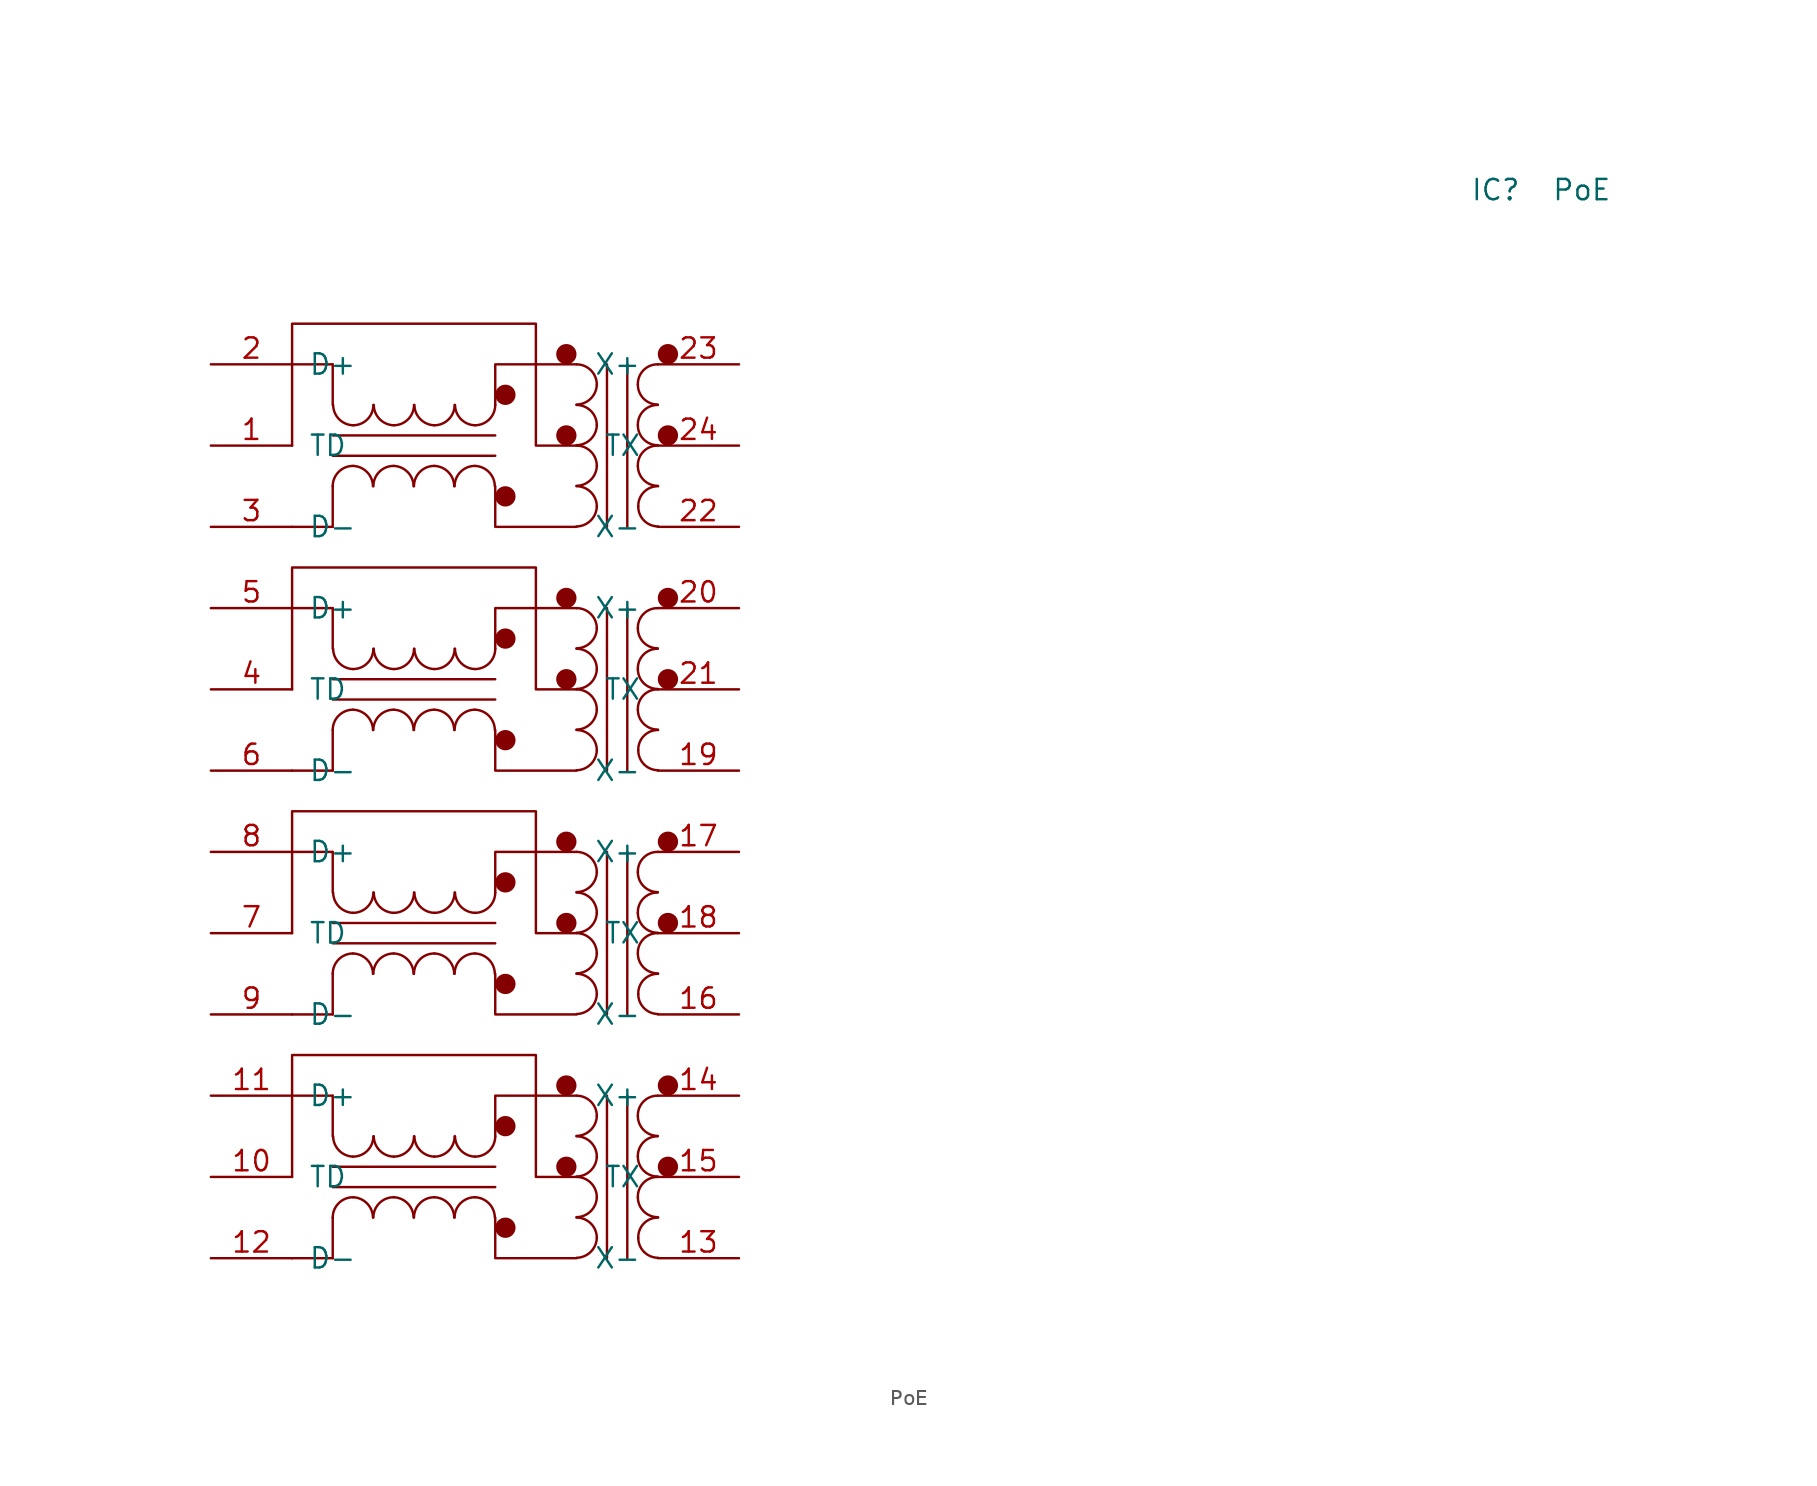
<source format=kicad_sym>
(kicad_symbol_lib
  (version 20220914)
  (generator kicad_symbol_editor)
  (symbol "PoE"
    (pin_names
      (offset 1.016))
    (property "Reference" "IC"
      (at 0 2.54 0)
      (effects (font (size 1.27 1.27)) (justify left bottom)))
    (property "Value" "PoE"
      (at 5.08 2.54 0)
      (effects (font (size 1.27 1.27)) (justify left bottom)))
    (symbol "PoE_1_1"
      (arc (start -71.0946 -55.88) (mid -70.7301 -56.7601) (end -69.85 -57.15) (stroke (width 0) (type solid)) (fill (type none)))
      (arc (start -71.0946 -40.64) (mid -70.7301 -41.5201) (end -69.85 -41.91) (stroke (width 0) (type solid)) (fill (type none)))
      (arc (start -71.0946 -25.4) (mid -70.7301 -26.2801) (end -69.85 -26.67) (stroke (width 0) (type solid)) (fill (type none)))
      (arc (start -71.0946 -10.16) (mid -70.7301 -11.0401) (end -69.85 -11.43) (stroke (width 0) (type solid)) (fill (type none)))
      (arc (start -69.85 -59.69) (mid -70.748 -60.062) (end -71.12 -60.96) (stroke (width 0) (type solid)) (fill (type none)))
      (arc (start -69.85 -57.15) (mid -68.952 -56.778) (end -68.58 -55.88) (stroke (width 0) (type solid)) (fill (type none)))
      (arc (start -69.85 -44.45) (mid -70.748 -44.822) (end -71.12 -45.72) (stroke (width 0) (type solid)) (fill (type none)))
      (arc (start -69.85 -41.91) (mid -68.952 -41.538) (end -68.58 -40.64) (stroke (width 0) (type solid)) (fill (type none)))
      (arc (start -69.85 -29.21) (mid -70.748 -29.582) (end -71.12 -30.48) (stroke (width 0) (type solid)) (fill (type none)))
      (arc (start -69.85 -26.67) (mid -68.952 -26.298) (end -68.58 -25.4) (stroke (width 0) (type solid)) (fill (type none)))
      (arc (start -69.85 -13.97) (mid -70.748 -14.342) (end -71.12 -15.24) (stroke (width 0) (type solid)) (fill (type none)))
      (arc (start -69.85 -11.43) (mid -68.952 -11.058) (end -68.58 -10.16) (stroke (width 0) (type solid)) (fill (type none)))
      (arc (start -68.6054 -60.96) (mid -68.9699 -60.0799) (end -69.85 -59.69) (stroke (width 0) (type solid)) (fill (type none)))
      (arc (start -68.6054 -45.72) (mid -68.9699 -44.8399) (end -69.85 -44.45) (stroke (width 0) (type solid)) (fill (type none)))
      (arc (start -68.6054 -30.48) (mid -68.9699 -29.5999) (end -69.85 -29.21) (stroke (width 0) (type solid)) (fill (type none)))
      (arc (start -68.6054 -15.24) (mid -68.9699 -14.3599) (end -69.85 -13.97) (stroke (width 0) (type solid)) (fill (type none)))
      (arc (start -68.5546 -55.88) (mid -68.1901 -56.7601) (end -67.31 -57.15) (stroke (width 0) (type solid)) (fill (type none)))
      (arc (start -68.5546 -40.64) (mid -68.1901 -41.5201) (end -67.31 -41.91) (stroke (width 0) (type solid)) (fill (type none)))
      (arc (start -68.5546 -25.4) (mid -68.1901 -26.2801) (end -67.31 -26.67) (stroke (width 0) (type solid)) (fill (type none)))
      (arc (start -68.5546 -10.16) (mid -68.1901 -11.0401) (end -67.31 -11.43) (stroke (width 0) (type solid)) (fill (type none)))
      (arc (start -67.31 -59.69) (mid -68.208 -60.062) (end -68.58 -60.96) (stroke (width 0) (type solid)) (fill (type none)))
      (arc (start -67.31 -57.15) (mid -66.412 -56.778) (end -66.04 -55.88) (stroke (width 0) (type solid)) (fill (type none)))
      (arc (start -67.31 -44.45) (mid -68.208 -44.822) (end -68.58 -45.72) (stroke (width 0) (type solid)) (fill (type none)))
      (arc (start -67.31 -41.91) (mid -66.412 -41.538) (end -66.04 -40.64) (stroke (width 0) (type solid)) (fill (type none)))
      (arc (start -67.31 -29.21) (mid -68.208 -29.582) (end -68.58 -30.48) (stroke (width 0) (type solid)) (fill (type none)))
      (arc (start -67.31 -26.67) (mid -66.412 -26.298) (end -66.04 -25.4) (stroke (width 0) (type solid)) (fill (type none)))
      (arc (start -67.31 -13.97) (mid -68.208 -14.342) (end -68.58 -15.24) (stroke (width 0) (type solid)) (fill (type none)))
      (arc (start -67.31 -11.43) (mid -66.412 -11.058) (end -66.04 -10.16) (stroke (width 0) (type solid)) (fill (type none)))
      (arc (start -66.0654 -60.96) (mid -66.4299 -60.0799) (end -67.31 -59.69) (stroke (width 0) (type solid)) (fill (type none)))
      (arc (start -66.0654 -45.72) (mid -66.4299 -44.8399) (end -67.31 -44.45) (stroke (width 0) (type solid)) (fill (type none)))
      (arc (start -66.0654 -30.48) (mid -66.4299 -29.5999) (end -67.31 -29.21) (stroke (width 0) (type solid)) (fill (type none)))
      (arc (start -66.0654 -15.24) (mid -66.4299 -14.3599) (end -67.31 -13.97) (stroke (width 0) (type solid)) (fill (type none)))
      (arc (start -66.0146 -55.88) (mid -65.6501 -56.7601) (end -64.77 -57.15) (stroke (width 0) (type solid)) (fill (type none)))
      (arc (start -66.0146 -40.64) (mid -65.6501 -41.5201) (end -64.77 -41.91) (stroke (width 0) (type solid)) (fill (type none)))
      (arc (start -66.0146 -25.4) (mid -65.6501 -26.2801) (end -64.77 -26.67) (stroke (width 0) (type solid)) (fill (type none)))
      (arc (start -66.0146 -10.16) (mid -65.6501 -11.0401) (end -64.77 -11.43) (stroke (width 0) (type solid)) (fill (type none)))
      (arc (start -64.77 -59.69) (mid -65.668 -60.062) (end -66.04 -60.96) (stroke (width 0) (type solid)) (fill (type none)))
      (arc (start -64.77 -57.15) (mid -63.872 -56.778) (end -63.5 -55.88) (stroke (width 0) (type solid)) (fill (type none)))
      (arc (start -64.77 -44.45) (mid -65.668 -44.822) (end -66.04 -45.72) (stroke (width 0) (type solid)) (fill (type none)))
      (arc (start -64.77 -41.91) (mid -63.872 -41.538) (end -63.5 -40.64) (stroke (width 0) (type solid)) (fill (type none)))
      (arc (start -64.77 -29.21) (mid -65.668 -29.582) (end -66.04 -30.48) (stroke (width 0) (type solid)) (fill (type none)))
      (arc (start -64.77 -26.67) (mid -63.872 -26.298) (end -63.5 -25.4) (stroke (width 0) (type solid)) (fill (type none)))
      (arc (start -64.77 -13.97) (mid -65.668 -14.342) (end -66.04 -15.24) (stroke (width 0) (type solid)) (fill (type none)))
      (arc (start -64.77 -11.43) (mid -63.872 -11.058) (end -63.5 -10.16) (stroke (width 0) (type solid)) (fill (type none)))
      (arc (start -63.5254 -60.96) (mid -63.8899 -60.0799) (end -64.77 -59.69) (stroke (width 0) (type solid)) (fill (type none)))
      (arc (start -63.5254 -45.72) (mid -63.8899 -44.8399) (end -64.77 -44.45) (stroke (width 0) (type solid)) (fill (type none)))
      (arc (start -63.5254 -30.48) (mid -63.8899 -29.5999) (end -64.77 -29.21) (stroke (width 0) (type solid)) (fill (type none)))
      (arc (start -63.5254 -15.24) (mid -63.8899 -14.3599) (end -64.77 -13.97) (stroke (width 0) (type solid)) (fill (type none)))
      (arc (start -63.4746 -55.88) (mid -63.1101 -56.7601) (end -62.23 -57.15) (stroke (width 0) (type solid)) (fill (type none)))
      (arc (start -63.4746 -40.64) (mid -63.1101 -41.5201) (end -62.23 -41.91) (stroke (width 0) (type solid)) (fill (type none)))
      (arc (start -63.4746 -25.4) (mid -63.1101 -26.2801) (end -62.23 -26.67) (stroke (width 0) (type solid)) (fill (type none)))
      (arc (start -63.4746 -10.16) (mid -63.1101 -11.0401) (end -62.23 -11.43) (stroke (width 0) (type solid)) (fill (type none)))
      (arc (start -62.23 -59.69) (mid -63.128 -60.062) (end -63.5 -60.96) (stroke (width 0) (type solid)) (fill (type none)))
      (arc (start -62.23 -57.15) (mid -61.332 -56.778) (end -60.96 -55.88) (stroke (width 0) (type solid)) (fill (type none)))
      (arc (start -62.23 -44.45) (mid -63.128 -44.822) (end -63.5 -45.72) (stroke (width 0) (type solid)) (fill (type none)))
      (arc (start -62.23 -41.91) (mid -61.332 -41.538) (end -60.96 -40.64) (stroke (width 0) (type solid)) (fill (type none)))
      (arc (start -62.23 -29.21) (mid -63.128 -29.582) (end -63.5 -30.48) (stroke (width 0) (type solid)) (fill (type none)))
      (arc (start -62.23 -26.67) (mid -61.332 -26.298) (end -60.96 -25.4) (stroke (width 0) (type solid)) (fill (type none)))
      (arc (start -62.23 -13.97) (mid -63.128 -14.342) (end -63.5 -15.24) (stroke (width 0) (type solid)) (fill (type none)))
      (arc (start -62.23 -11.43) (mid -61.332 -11.058) (end -60.96 -10.16) (stroke (width 0) (type solid)) (fill (type none)))
      (arc (start -60.9854 -60.96) (mid -61.3499 -60.0799) (end -62.23 -59.69) (stroke (width 0) (type solid)) (fill (type none)))
      (arc (start -60.9854 -45.72) (mid -61.3499 -44.8399) (end -62.23 -44.45) (stroke (width 0) (type solid)) (fill (type none)))
      (arc (start -60.9854 -30.48) (mid -61.3499 -29.5999) (end -62.23 -29.21) (stroke (width 0) (type solid)) (fill (type none)))
      (arc (start -60.9854 -15.24) (mid -61.3499 -14.3599) (end -62.23 -13.97) (stroke (width 0) (type solid)) (fill (type none)))
      (circle (center -60.325 -61.595) (radius 0.0001) (stroke (width 0.635) (type solid)) (fill (type none)))
      (circle (center -60.325 -55.245) (radius 0.0001) (stroke (width 0.635) (type solid)) (fill (type none)))
      (circle (center -60.325 -46.355) (radius 0.0001) (stroke (width 0.635) (type solid)) (fill (type none)))
      (circle (center -60.325 -40.005) (radius 0.0001) (stroke (width 0.635) (type solid)) (fill (type none)))
      (circle (center -60.325 -31.115) (radius 0.0001) (stroke (width 0.635) (type solid)) (fill (type none)))
      (circle (center -60.325 -24.765) (radius 0.0001) (stroke (width 0.635) (type solid)) (fill (type none)))
      (circle (center -60.325 -15.875) (radius 0.0001) (stroke (width 0.635) (type solid)) (fill (type none)))
      (circle (center -60.325 -9.525) (radius 0.0001) (stroke (width 0.635) (type solid)) (fill (type none)))
      (circle (center -56.515 -57.785) (radius 0.0001) (stroke (width 0.635) (type solid)) (fill (type none)))
      (circle (center -56.515 -52.705) (radius 0.0001) (stroke (width 0.635) (type solid)) (fill (type none)))
      (circle (center -56.515 -42.545) (radius 0.0001) (stroke (width 0.635) (type solid)) (fill (type none)))
      (circle (center -56.515 -37.465) (radius 0.0001) (stroke (width 0.635) (type solid)) (fill (type none)))
      (circle (center -56.515 -27.305) (radius 0.0001) (stroke (width 0.635) (type solid)) (fill (type none)))
      (circle (center -56.515 -22.225) (radius 0.0001) (stroke (width 0.635) (type solid)) (fill (type none)))
      (circle (center -56.515 -12.065) (radius 0.0001) (stroke (width 0.635) (type solid)) (fill (type none)))
      (circle (center -56.515 -6.985) (radius 0.0001) (stroke (width 0.635) (type solid)) (fill (type none)))
      (arc (start -55.88 -63.4746) (mid -54.9999 -63.1101) (end -54.61 -62.23) (stroke (width 0) (type solid)) (fill (type none)))
      (arc (start -55.88 -60.9346) (mid -54.9999 -60.5701) (end -54.61 -59.69) (stroke (width 0) (type solid)) (fill (type none)))
      (arc (start -55.88 -58.3946) (mid -54.9999 -58.0301) (end -54.61 -57.15) (stroke (width 0) (type solid)) (fill (type none)))
      (arc (start -55.88 -55.8546) (mid -54.9999 -55.4901) (end -54.61 -54.61) (stroke (width 0) (type solid)) (fill (type none)))
      (arc (start -55.88 -48.2346) (mid -54.9999 -47.8701) (end -54.61 -46.99) (stroke (width 0) (type solid)) (fill (type none)))
      (arc (start -55.88 -45.6946) (mid -54.9999 -45.3301) (end -54.61 -44.45) (stroke (width 0) (type solid)) (fill (type none)))
      (arc (start -55.88 -43.1546) (mid -54.9999 -42.7901) (end -54.61 -41.91) (stroke (width 0) (type solid)) (fill (type none)))
      (arc (start -55.88 -40.6146) (mid -54.9999 -40.2501) (end -54.61 -39.37) (stroke (width 0) (type solid)) (fill (type none)))
      (arc (start -55.88 -32.9946) (mid -54.9999 -32.6301) (end -54.61 -31.75) (stroke (width 0) (type solid)) (fill (type none)))
      (arc (start -55.88 -30.4546) (mid -54.9999 -30.0901) (end -54.61 -29.21) (stroke (width 0) (type solid)) (fill (type none)))
      (arc (start -55.88 -27.9146) (mid -54.9999 -27.5501) (end -54.61 -26.67) (stroke (width 0) (type solid)) (fill (type none)))
      (arc (start -55.88 -25.3746) (mid -54.9999 -25.0101) (end -54.61 -24.13) (stroke (width 0) (type solid)) (fill (type none)))
      (arc (start -55.88 -17.7546) (mid -54.9999 -17.3901) (end -54.61 -16.51) (stroke (width 0) (type solid)) (fill (type none)))
      (arc (start -55.88 -15.2146) (mid -54.9999 -14.8501) (end -54.61 -13.97) (stroke (width 0) (type solid)) (fill (type none)))
      (arc (start -55.88 -12.6746) (mid -54.9999 -12.3101) (end -54.61 -11.43) (stroke (width 0) (type solid)) (fill (type none)))
      (arc (start -55.88 -10.1346) (mid -54.9999 -9.7701) (end -54.61 -8.89) (stroke (width 0) (type solid)) (fill (type none)))
      (arc (start -54.61 -62.23) (mid -54.982 -61.332) (end -55.88 -60.96) (stroke (width 0) (type solid)) (fill (type none)))
      (arc (start -54.61 -59.69) (mid -54.982 -58.792) (end -55.88 -58.42) (stroke (width 0) (type solid)) (fill (type none)))
      (arc (start -54.61 -57.15) (mid -54.982 -56.252) (end -55.88 -55.88) (stroke (width 0) (type solid)) (fill (type none)))
      (arc (start -54.61 -54.61) (mid -54.982 -53.712) (end -55.88 -53.34) (stroke (width 0) (type solid)) (fill (type none)))
      (arc (start -54.61 -46.99) (mid -54.982 -46.092) (end -55.88 -45.72) (stroke (width 0) (type solid)) (fill (type none)))
      (arc (start -54.61 -44.45) (mid -54.982 -43.552) (end -55.88 -43.18) (stroke (width 0) (type solid)) (fill (type none)))
      (arc (start -54.61 -41.91) (mid -54.982 -41.012) (end -55.88 -40.64) (stroke (width 0) (type solid)) (fill (type none)))
      (arc (start -54.61 -39.37) (mid -54.982 -38.472) (end -55.88 -38.1) (stroke (width 0) (type solid)) (fill (type none)))
      (arc (start -54.61 -31.75) (mid -54.982 -30.852) (end -55.88 -30.48) (stroke (width 0) (type solid)) (fill (type none)))
      (arc (start -54.61 -29.21) (mid -54.982 -28.312) (end -55.88 -27.94) (stroke (width 0) (type solid)) (fill (type none)))
      (arc (start -54.61 -26.67) (mid -54.982 -25.772) (end -55.88 -25.4) (stroke (width 0) (type solid)) (fill (type none)))
      (arc (start -54.61 -24.13) (mid -54.982 -23.232) (end -55.88 -22.86) (stroke (width 0) (type solid)) (fill (type none)))
      (arc (start -54.61 -16.51) (mid -54.982 -15.612) (end -55.88 -15.24) (stroke (width 0) (type solid)) (fill (type none)))
      (arc (start -54.61 -13.97) (mid -54.982 -13.072) (end -55.88 -12.7) (stroke (width 0) (type solid)) (fill (type none)))
      (arc (start -54.61 -11.43) (mid -54.982 -10.532) (end -55.88 -10.16) (stroke (width 0) (type solid)) (fill (type none)))
      (arc (start -54.61 -8.89) (mid -54.982 -7.992) (end -55.88 -7.62) (stroke (width 0) (type solid)) (fill (type none)))
      (arc (start -52.0446 -59.69) (mid -51.6801 -60.5701) (end -50.8 -60.9346) (stroke (width 0) (type solid)) (fill (type none)))
      (arc (start -52.0446 -57.15) (mid -51.6801 -58.0301) (end -50.8 -58.3946) (stroke (width 0) (type solid)) (fill (type none)))
      (arc (start -52.0446 -54.61) (mid -51.6801 -55.4901) (end -50.8 -55.8546) (stroke (width 0) (type solid)) (fill (type none)))
      (arc (start -52.0446 -44.45) (mid -51.6801 -45.3301) (end -50.8 -45.6946) (stroke (width 0) (type solid)) (fill (type none)))
      (arc (start -52.0446 -41.91) (mid -51.6801 -42.7901) (end -50.8 -43.1546) (stroke (width 0) (type solid)) (fill (type none)))
      (arc (start -52.0446 -39.37) (mid -51.6801 -40.2501) (end -50.8 -40.6146) (stroke (width 0) (type solid)) (fill (type none)))
      (arc (start -52.0446 -29.21) (mid -51.6801 -30.0901) (end -50.8 -30.4546) (stroke (width 0) (type solid)) (fill (type none)))
      (arc (start -52.0446 -26.67) (mid -51.6801 -27.5501) (end -50.8 -27.9146) (stroke (width 0) (type solid)) (fill (type none)))
      (arc (start -52.0446 -24.13) (mid -51.6801 -25.0101) (end -50.8 -25.3746) (stroke (width 0) (type solid)) (fill (type none)))
      (arc (start -52.0446 -13.97) (mid -51.6801 -14.8501) (end -50.8 -15.2146) (stroke (width 0) (type solid)) (fill (type none)))
      (arc (start -52.0446 -11.43) (mid -51.6801 -12.3101) (end -50.8 -12.6746) (stroke (width 0) (type solid)) (fill (type none)))
      (arc (start -52.0446 -8.89) (mid -51.6801 -9.7701) (end -50.8 -10.1346) (stroke (width 0) (type solid)) (fill (type none)))
      (arc (start -52.0192 -62.23) (mid -51.6547 -63.1101) (end -50.7746 -63.4746) (stroke (width 0) (type solid)) (fill (type none)))
      (arc (start -52.0192 -46.99) (mid -51.6547 -47.8701) (end -50.7746 -48.2346) (stroke (width 0) (type solid)) (fill (type none)))
      (arc (start -52.0192 -31.75) (mid -51.6547 -32.6301) (end -50.7746 -32.9946) (stroke (width 0) (type solid)) (fill (type none)))
      (arc (start -52.0192 -16.51) (mid -51.6547 -17.3901) (end -50.7746 -17.7546) (stroke (width 0) (type solid)) (fill (type none)))
      (arc (start -50.8 -58.42) (mid -51.698 -58.792) (end -52.0446 -59.69) (stroke (width 0) (type solid)) (fill (type none)))
      (arc (start -50.8 -55.88) (mid -51.698 -56.252) (end -52.0446 -57.15) (stroke (width 0) (type solid)) (fill (type none)))
      (arc (start -50.8 -53.34) (mid -51.698 -53.712) (end -52.0446 -54.61) (stroke (width 0) (type solid)) (fill (type none)))
      (arc (start -50.8 -43.18) (mid -51.698 -43.552) (end -52.0446 -44.45) (stroke (width 0) (type solid)) (fill (type none)))
      (arc (start -50.8 -40.64) (mid -51.698 -41.012) (end -52.0446 -41.91) (stroke (width 0) (type solid)) (fill (type none)))
      (arc (start -50.8 -38.1) (mid -51.698 -38.472) (end -52.0446 -39.37) (stroke (width 0) (type solid)) (fill (type none)))
      (arc (start -50.8 -27.94) (mid -51.698 -28.312) (end -52.0446 -29.21) (stroke (width 0) (type solid)) (fill (type none)))
      (arc (start -50.8 -25.4) (mid -51.698 -25.772) (end -52.0446 -26.67) (stroke (width 0) (type solid)) (fill (type none)))
      (arc (start -50.8 -22.86) (mid -51.698 -23.232) (end -52.0446 -24.13) (stroke (width 0) (type solid)) (fill (type none)))
      (arc (start -50.8 -12.7) (mid -51.698 -13.072) (end -52.0446 -13.97) (stroke (width 0) (type solid)) (fill (type none)))
      (arc (start -50.8 -10.16) (mid -51.698 -10.532) (end -52.0446 -11.43) (stroke (width 0) (type solid)) (fill (type none)))
      (arc (start -50.8 -7.62) (mid -51.698 -7.992) (end -52.0446 -8.89) (stroke (width 0) (type solid)) (fill (type none)))
      (arc (start -50.7746 -60.96) (mid -51.6726 -61.332) (end -52.0192 -62.23) (stroke (width 0) (type solid)) (fill (type none)))
      (arc (start -50.7746 -45.72) (mid -51.6726 -46.092) (end -52.0192 -46.99) (stroke (width 0) (type solid)) (fill (type none)))
      (arc (start -50.7746 -30.48) (mid -51.6726 -30.852) (end -52.0192 -31.75) (stroke (width 0) (type solid)) (fill (type none)))
      (arc (start -50.7746 -15.24) (mid -51.6726 -15.612) (end -52.0192 -16.51) (stroke (width 0) (type solid)) (fill (type none)))
      (circle (center -50.165 -57.785) (radius 0.0001) (stroke (width 0.635) (type solid)) (fill (type none)))
      (circle (center -50.165 -52.705) (radius 0.0001) (stroke (width 0.635) (type solid)) (fill (type none)))
      (circle (center -50.165 -42.545) (radius 0.0001) (stroke (width 0.635) (type solid)) (fill (type none)))
      (circle (center -50.165 -37.465) (radius 0.0001) (stroke (width 0.635) (type solid)) (fill (type none)))
      (circle (center -50.165 -27.305) (radius 0.0001) (stroke (width 0.635) (type solid)) (fill (type none)))
      (circle (center -50.165 -22.225) (radius 0.0001) (stroke (width 0.635) (type solid)) (fill (type none)))
      (circle (center -50.165 -12.065) (radius 0.0001) (stroke (width 0.635) (type solid)) (fill (type none)))
      (circle (center -50.165 -6.985) (radius 0.0001) (stroke (width 0.635) (type solid)) (fill (type none)))
      (polyline (pts (xy -73.66 -63.5) (xy -71.12 -63.5)) (stroke (width 0) (type solid)) (fill (type none)))
      (polyline (pts (xy -73.66 -48.26) (xy -71.12 -48.26)) (stroke (width 0) (type solid)) (fill (type none)))
      (polyline (pts (xy -73.66 -33.02) (xy -71.12 -33.02)) (stroke (width 0) (type solid)) (fill (type none)))
      (polyline (pts (xy -73.66 -17.78) (xy -71.12 -17.78)) (stroke (width 0) (type solid)) (fill (type none)))
      (polyline (pts (xy -71.12 -59.055) (xy -60.96 -59.055)) (stroke (width 0) (type solid)) (fill (type none)))
      (polyline (pts (xy -71.12 -55.88) (xy -71.12 -53.34)) (stroke (width 0) (type solid)) (fill (type none)))
      (polyline (pts (xy -71.12 -53.34) (xy -73.66 -53.34)) (stroke (width 0) (type solid)) (fill (type none)))
      (polyline (pts (xy -71.12 -43.815) (xy -60.96 -43.815)) (stroke (width 0) (type solid)) (fill (type none)))
      (polyline (pts (xy -71.12 -40.64) (xy -71.12 -38.1)) (stroke (width 0) (type solid)) (fill (type none)))
      (polyline (pts (xy -71.12 -38.1) (xy -73.66 -38.1)) (stroke (width 0) (type solid)) (fill (type none)))
      (polyline (pts (xy -71.12 -28.575) (xy -60.96 -28.575)) (stroke (width 0) (type solid)) (fill (type none)))
      (polyline (pts (xy -71.12 -25.4) (xy -71.12 -22.86)) (stroke (width 0) (type solid)) (fill (type none)))
      (polyline (pts (xy -71.12 -22.86) (xy -73.66 -22.86)) (stroke (width 0) (type solid)) (fill (type none)))
      (polyline (pts (xy -71.12 -13.335) (xy -60.96 -13.335)) (stroke (width 0) (type solid)) (fill (type none)))
      (polyline (pts (xy -71.12 -10.16) (xy -71.12 -7.62)) (stroke (width 0) (type solid)) (fill (type none)))
      (polyline (pts (xy -71.12 -7.62) (xy -73.66 -7.62)) (stroke (width 0) (type solid)) (fill (type none)))
      (polyline (pts (xy -60.96 -57.785) (xy -71.12 -57.785)) (stroke (width 0) (type solid)) (fill (type none)))
      (polyline (pts (xy -60.96 -42.545) (xy -71.12 -42.545)) (stroke (width 0) (type solid)) (fill (type none)))
      (polyline (pts (xy -60.96 -27.305) (xy -71.12 -27.305)) (stroke (width 0) (type solid)) (fill (type none)))
      (polyline (pts (xy -60.96 -12.065) (xy -71.12 -12.065)) (stroke (width 0) (type solid)) (fill (type none)))
      (polyline (pts (xy -53.975 -53.34) (xy -53.975 -63.5)) (stroke (width 0) (type solid)) (fill (type none)))
      (polyline (pts (xy -53.975 -38.1) (xy -53.975 -48.26)) (stroke (width 0) (type solid)) (fill (type none)))
      (polyline (pts (xy -53.975 -22.86) (xy -53.975 -33.02)) (stroke (width 0) (type solid)) (fill (type none)))
      (polyline (pts (xy -53.975 -7.62) (xy -53.975 -17.78)) (stroke (width 0) (type solid)) (fill (type none)))
      (polyline (pts (xy -52.705 -63.5) (xy -52.705 -53.34)) (stroke (width 0) (type solid)) (fill (type none)))
      (polyline (pts (xy -52.705 -48.26) (xy -52.705 -38.1)) (stroke (width 0) (type solid)) (fill (type none)))
      (polyline (pts (xy -52.705 -33.02) (xy -52.705 -22.86)) (stroke (width 0) (type solid)) (fill (type none)))
      (polyline (pts (xy -52.705 -17.78) (xy -52.705 -7.62)) (stroke (width 0) (type solid)) (fill (type none)))
      (polyline (pts (xy -71.12 -60.96) (xy -71.12 -63.5) (xy -71.12 -63.5)) (stroke (width 0) (type solid)) (fill (type none)))
      (polyline (pts (xy -71.12 -45.72) (xy -71.12 -48.26) (xy -71.12 -48.26)) (stroke (width 0) (type solid)) (fill (type none)))
      (polyline (pts (xy -71.12 -30.48) (xy -71.12 -33.02) (xy -71.12 -33.02)) (stroke (width 0) (type solid)) (fill (type none)))
      (polyline (pts (xy -71.12 -15.24) (xy -71.12 -17.78) (xy -71.12 -17.78)) (stroke (width 0) (type solid)) (fill (type none)))
      (polyline (pts (xy -60.96 -60.96) (xy -60.96 -63.5) (xy -55.88 -63.5)) (stroke (width 0) (type solid)) (fill (type none)))
      (polyline (pts (xy -60.96 -55.88) (xy -60.96 -53.34) (xy -55.88 -53.34)) (stroke (width 0) (type solid)) (fill (type none)))
      (polyline (pts (xy -60.96 -45.72) (xy -60.96 -48.26) (xy -55.88 -48.26)) (stroke (width 0) (type solid)) (fill (type none)))
      (polyline (pts (xy -60.96 -40.64) (xy -60.96 -38.1) (xy -55.88 -38.1)) (stroke (width 0) (type solid)) (fill (type none)))
      (polyline (pts (xy -60.96 -30.48) (xy -60.96 -33.02) (xy -55.88 -33.02)) (stroke (width 0) (type solid)) (fill (type none)))
      (polyline (pts (xy -60.96 -25.4) (xy -60.96 -22.86) (xy -55.88 -22.86)) (stroke (width 0) (type solid)) (fill (type none)))
      (polyline (pts (xy -60.96 -15.24) (xy -60.96 -17.78) (xy -55.88 -17.78)) (stroke (width 0) (type solid)) (fill (type none)))
      (polyline (pts (xy -60.96 -10.16) (xy -60.96 -7.62) (xy -55.88 -7.62)) (stroke (width 0) (type solid)) (fill (type none)))
      (polyline (pts (xy -73.66 -58.42) (xy -73.66 -50.8) (xy -58.42 -50.8) (xy -58.42 -58.42) (xy -55.88 -58.42)) (stroke (width 0) (type solid)) (fill (type none)))
      (polyline (pts (xy -73.66 -43.18) (xy -73.66 -35.56) (xy -58.42 -35.56) (xy -58.42 -43.18) (xy -55.88 -43.18)) (stroke (width 0) (type solid)) (fill (type none)))
      (polyline (pts (xy -73.66 -27.94) (xy -73.66 -20.32) (xy -58.42 -20.32) (xy -58.42 -27.94) (xy -55.88 -27.94)) (stroke (width 0) (type solid)) (fill (type none)))
      (polyline (pts (xy -73.66 -12.7) (xy -73.66 -5.08) (xy -58.42 -5.08) (xy -58.42 -12.7) (xy -55.88 -12.7)) (stroke (width 0) (type solid)) (fill (type none)))
      (pin passive line (at -78.74 -12.7 0) (length 5.08) (name "TD" (effects (font (size 1.27 1.27)))) (number "1" (effects (font (size 1.27 1.27)))))
      (pin passive line (at -78.74 -58.42 0) (length 5.08) (name "TD" (effects (font (size 1.27 1.27)))) (number "10" (effects (font (size 1.27 1.27)))))
      (pin passive line (at -78.74 -53.34 0) (length 5.08) (name "D+" (effects (font (size 1.27 1.27)))) (number "11" (effects (font (size 1.27 1.27)))))
      (pin passive line (at -78.74 -63.5 0) (length 5.08) (name "D-" (effects (font (size 1.27 1.27)))) (number "12" (effects (font (size 1.27 1.27)))))
      (pin passive line (at -45.72 -63.5 180) (length 5.08) (name "X-" (effects (font (size 1.27 1.27)))) (number "13" (effects (font (size 1.27 1.27)))))
      (pin passive line (at -45.72 -53.34 180) (length 5.08) (name "X+" (effects (font (size 1.27 1.27)))) (number "14" (effects (font (size 1.27 1.27)))))
      (pin passive line (at -45.72 -58.42 180) (length 5.08) (name "TX" (effects (font (size 1.27 1.27)))) (number "15" (effects (font (size 1.27 1.27)))))
      (pin passive line (at -45.72 -48.26 180) (length 5.08) (name "X-" (effects (font (size 1.27 1.27)))) (number "16" (effects (font (size 1.27 1.27)))))
      (pin passive line (at -45.72 -38.1 180) (length 5.08) (name "X+" (effects (font (size 1.27 1.27)))) (number "17" (effects (font (size 1.27 1.27)))))
      (pin passive line (at -45.72 -43.18 180) (length 5.08) (name "TX" (effects (font (size 1.27 1.27)))) (number "18" (effects (font (size 1.27 1.27)))))
      (pin passive line (at -45.72 -33.02 180) (length 5.08) (name "X-" (effects (font (size 1.27 1.27)))) (number "19" (effects (font (size 1.27 1.27)))))
      (pin passive line (at -78.74 -7.62 0) (length 5.08) (name "D+" (effects (font (size 1.27 1.27)))) (number "2" (effects (font (size 1.27 1.27)))))
      (pin passive line (at -45.72 -22.86 180) (length 5.08) (name "X+" (effects (font (size 1.27 1.27)))) (number "20" (effects (font (size 1.27 1.27)))))
      (pin passive line (at -45.72 -27.94 180) (length 5.08) (name "TX" (effects (font (size 1.27 1.27)))) (number "21" (effects (font (size 1.27 1.27)))))
      (pin passive line (at -45.72 -17.78 180) (length 5.08) (name "X-" (effects (font (size 1.27 1.27)))) (number "22" (effects (font (size 1.27 1.27)))))
      (pin passive line (at -45.72 -7.62 180) (length 5.08) (name "X+" (effects (font (size 1.27 1.27)))) (number "23" (effects (font (size 1.27 1.27)))))
      (pin passive line (at -45.72 -12.7 180) (length 5.08) (name "TX" (effects (font (size 1.27 1.27)))) (number "24" (effects (font (size 1.27 1.27)))))
      (pin passive line (at -78.74 -17.78 0) (length 5.08) (name "D-" (effects (font (size 1.27 1.27)))) (number "3" (effects (font (size 1.27 1.27)))))
      (pin passive line (at -78.74 -27.94 0) (length 5.08) (name "TD" (effects (font (size 1.27 1.27)))) (number "4" (effects (font (size 1.27 1.27)))))
      (pin passive line (at -78.74 -22.86 0) (length 5.08) (name "D+" (effects (font (size 1.27 1.27)))) (number "5" (effects (font (size 1.27 1.27)))))
      (pin passive line (at -78.74 -33.02 0) (length 5.08) (name "D-" (effects (font (size 1.27 1.27)))) (number "6" (effects (font (size 1.27 1.27)))))
      (pin passive line (at -78.74 -43.18 0) (length 5.08) (name "TD" (effects (font (size 1.27 1.27)))) (number "7" (effects (font (size 1.27 1.27)))))
      (pin passive line (at -78.74 -38.1 0) (length 5.08) (name "D+" (effects (font (size 1.27 1.27)))) (number "8" (effects (font (size 1.27 1.27)))))
      (pin passive line (at -78.74 -48.26 0) (length 5.08) (name "D-" (effects (font (size 1.27 1.27)))) (number "9" (effects (font (size 1.27 1.27))))))))
</source>
